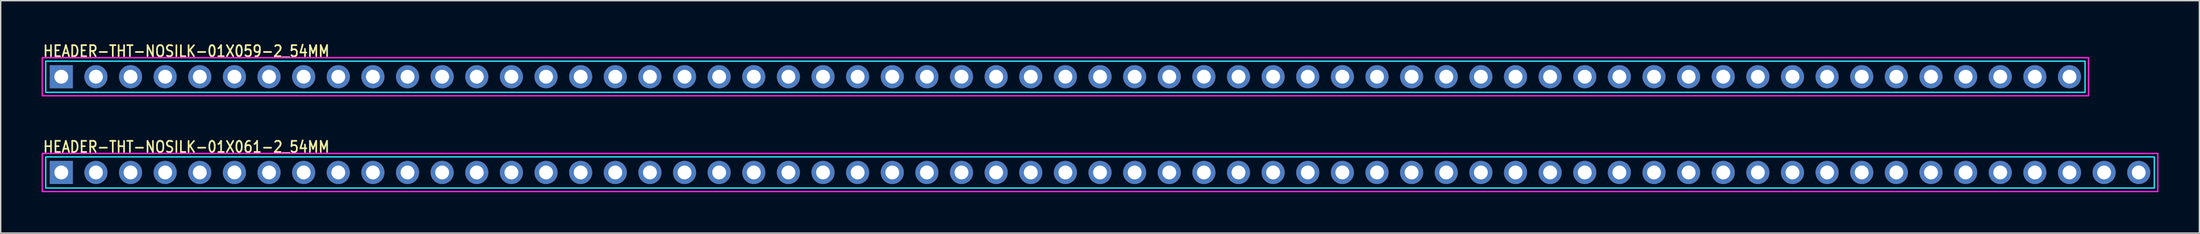
<source format=kicad_pcb>
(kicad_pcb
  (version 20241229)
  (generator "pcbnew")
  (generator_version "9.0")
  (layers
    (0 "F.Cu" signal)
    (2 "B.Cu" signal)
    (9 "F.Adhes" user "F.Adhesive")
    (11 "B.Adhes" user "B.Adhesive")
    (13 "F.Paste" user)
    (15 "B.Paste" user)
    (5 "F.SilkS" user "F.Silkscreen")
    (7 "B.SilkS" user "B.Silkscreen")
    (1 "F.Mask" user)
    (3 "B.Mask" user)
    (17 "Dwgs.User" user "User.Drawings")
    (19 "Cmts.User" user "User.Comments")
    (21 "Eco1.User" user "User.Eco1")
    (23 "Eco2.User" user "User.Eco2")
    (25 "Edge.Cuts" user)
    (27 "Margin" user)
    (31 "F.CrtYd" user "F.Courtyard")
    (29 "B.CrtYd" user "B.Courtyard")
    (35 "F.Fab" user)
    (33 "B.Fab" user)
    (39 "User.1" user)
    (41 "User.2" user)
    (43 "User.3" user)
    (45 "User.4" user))
  (footprint "HEADER-THT-NOSILK-01X059-2_54MM"
    (layer "F.Cu")
    (at 1.447 2.579)
    (property "Reference" "HEADER-THT-NOSILK-01X059-2_54MM" (at -1.4 -1.4 0) (unlocked yes) (layer "F.SilkS") (effects (font (size 0.813 0.695) (thickness 0.122)) (justify left bottom)))
    (fp_poly (pts (xy -1.143 -1.143) (xy 148.463 -1.143) (xy 148.463 1.143) (xy -1.143 1.143)) (stroke (width 0.1) (type solid)) (fill no) (layer "B.CrtYd"))
    (fp_poly (pts (xy -1.397 -1.397) (xy 148.717 -1.397) (xy 148.717 1.397) (xy -1.397 1.397)) (stroke (width 0.1) (type solid)) (fill no) (layer "F.CrtYd"))
    (pad "1" thru_hole rect (at 0 0) (size 1.693 1.693) (drill 1.016) (layers "*.Cu" "*.Mask"))
    (pad "2" thru_hole oval (at 2.54 0) (size 1.693 1.693) (drill 1.016) (layers "*.Cu" "*.Mask"))
    (pad "3" thru_hole oval (at 5.08 0) (size 1.693 1.693) (drill 1.016) (layers "*.Cu" "*.Mask"))
    (pad "4" thru_hole oval (at 7.62 0) (size 1.693 1.693) (drill 1.016) (layers "*.Cu" "*.Mask"))
    (pad "5" thru_hole oval (at 10.16 0) (size 1.693 1.693) (drill 1.016) (layers "*.Cu" "*.Mask"))
    (pad "6" thru_hole oval (at 12.7 0) (size 1.693 1.693) (drill 1.016) (layers "*.Cu" "*.Mask"))
    (pad "7" thru_hole oval (at 15.24 0) (size 1.693 1.693) (drill 1.016) (layers "*.Cu" "*.Mask"))
    (pad "8" thru_hole oval (at 17.78 0) (size 1.693 1.693) (drill 1.016) (layers "*.Cu" "*.Mask"))
    (pad "9" thru_hole oval (at 20.32 0) (size 1.693 1.693) (drill 1.016) (layers "*.Cu" "*.Mask"))
    (pad "10" thru_hole oval (at 22.86 0) (size 1.693 1.693) (drill 1.016) (layers "*.Cu" "*.Mask"))
    (pad "11" thru_hole oval (at 25.4 0) (size 1.693 1.693) (drill 1.016) (layers "*.Cu" "*.Mask"))
    (pad "12" thru_hole oval (at 27.94 0) (size 1.693 1.693) (drill 1.016) (layers "*.Cu" "*.Mask"))
    (pad "13" thru_hole oval (at 30.48 0) (size 1.693 1.693) (drill 1.016) (layers "*.Cu" "*.Mask"))
    (pad "14" thru_hole oval (at 33.02 0) (size 1.693 1.693) (drill 1.016) (layers "*.Cu" "*.Mask"))
    (pad "15" thru_hole oval (at 35.56 0) (size 1.693 1.693) (drill 1.016) (layers "*.Cu" "*.Mask"))
    (pad "16" thru_hole oval (at 38.1 0) (size 1.693 1.693) (drill 1.016) (layers "*.Cu" "*.Mask"))
    (pad "17" thru_hole oval (at 40.64 0) (size 1.693 1.693) (drill 1.016) (layers "*.Cu" "*.Mask"))
    (pad "18" thru_hole oval (at 43.18 0) (size 1.693 1.693) (drill 1.016) (layers "*.Cu" "*.Mask"))
    (pad "19" thru_hole oval (at 45.72 0) (size 1.693 1.693) (drill 1.016) (layers "*.Cu" "*.Mask"))
    (pad "20" thru_hole oval (at 48.26 0) (size 1.693 1.693) (drill 1.016) (layers "*.Cu" "*.Mask"))
    (pad "21" thru_hole oval (at 50.8 0) (size 1.693 1.693) (drill 1.016) (layers "*.Cu" "*.Mask"))
    (pad "22" thru_hole oval (at 53.34 0) (size 1.693 1.693) (drill 1.016) (layers "*.Cu" "*.Mask"))
    (pad "23" thru_hole oval (at 55.88 0) (size 1.693 1.693) (drill 1.016) (layers "*.Cu" "*.Mask"))
    (pad "24" thru_hole oval (at 58.42 0) (size 1.693 1.693) (drill 1.016) (layers "*.Cu" "*.Mask"))
    (pad "25" thru_hole oval (at 60.96 0) (size 1.693 1.693) (drill 1.016) (layers "*.Cu" "*.Mask"))
    (pad "26" thru_hole oval (at 63.5 0) (size 1.693 1.693) (drill 1.016) (layers "*.Cu" "*.Mask"))
    (pad "27" thru_hole oval (at 66.04 0) (size 1.693 1.693) (drill 1.016) (layers "*.Cu" "*.Mask"))
    (pad "28" thru_hole oval (at 68.58 0) (size 1.693 1.693) (drill 1.016) (layers "*.Cu" "*.Mask"))
    (pad "29" thru_hole oval (at 71.12 0) (size 1.693 1.693) (drill 1.016) (layers "*.Cu" "*.Mask"))
    (pad "30" thru_hole oval (at 73.66 0) (size 1.693 1.693) (drill 1.016) (layers "*.Cu" "*.Mask"))
    (pad "31" thru_hole oval (at 76.2 0) (size 1.693 1.693) (drill 1.016) (layers "*.Cu" "*.Mask"))
    (pad "32" thru_hole oval (at 78.74 0) (size 1.693 1.693) (drill 1.016) (layers "*.Cu" "*.Mask"))
    (pad "33" thru_hole oval (at 81.28 0) (size 1.693 1.693) (drill 1.016) (layers "*.Cu" "*.Mask"))
    (pad "34" thru_hole oval (at 83.82 0) (size 1.693 1.693) (drill 1.016) (layers "*.Cu" "*.Mask"))
    (pad "35" thru_hole oval (at 86.36 0) (size 1.693 1.693) (drill 1.016) (layers "*.Cu" "*.Mask"))
    (pad "36" thru_hole oval (at 88.9 0) (size 1.693 1.693) (drill 1.016) (layers "*.Cu" "*.Mask"))
    (pad "37" thru_hole oval (at 91.44 0) (size 1.693 1.693) (drill 1.016) (layers "*.Cu" "*.Mask"))
    (pad "38" thru_hole oval (at 93.98 0) (size 1.693 1.693) (drill 1.016) (layers "*.Cu" "*.Mask"))
    (pad "39" thru_hole oval (at 96.52 0) (size 1.693 1.693) (drill 1.016) (layers "*.Cu" "*.Mask"))
    (pad "40" thru_hole oval (at 99.06 0) (size 1.693 1.693) (drill 1.016) (layers "*.Cu" "*.Mask"))
    (pad "41" thru_hole oval (at 101.6 0) (size 1.693 1.693) (drill 1.016) (layers "*.Cu" "*.Mask"))
    (pad "42" thru_hole oval (at 104.14 0) (size 1.693 1.693) (drill 1.016) (layers "*.Cu" "*.Mask"))
    (pad "43" thru_hole oval (at 106.68 0) (size 1.693 1.693) (drill 1.016) (layers "*.Cu" "*.Mask"))
    (pad "44" thru_hole oval (at 109.22 0) (size 1.693 1.693) (drill 1.016) (layers "*.Cu" "*.Mask"))
    (pad "45" thru_hole oval (at 111.76 0) (size 1.693 1.693) (drill 1.016) (layers "*.Cu" "*.Mask"))
    (pad "46" thru_hole oval (at 114.3 0) (size 1.693 1.693) (drill 1.016) (layers "*.Cu" "*.Mask"))
    (pad "47" thru_hole oval (at 116.84 0) (size 1.693 1.693) (drill 1.016) (layers "*.Cu" "*.Mask"))
    (pad "48" thru_hole oval (at 119.38 0) (size 1.693 1.693) (drill 1.016) (layers "*.Cu" "*.Mask"))
    (pad "49" thru_hole oval (at 121.92 0) (size 1.693 1.693) (drill 1.016) (layers "*.Cu" "*.Mask"))
    (pad "50" thru_hole oval (at 124.46 0) (size 1.693 1.693) (drill 1.016) (layers "*.Cu" "*.Mask"))
    (pad "51" thru_hole oval (at 127 0) (size 1.693 1.693) (drill 1.016) (layers "*.Cu" "*.Mask"))
    (pad "52" thru_hole oval (at 129.54 0) (size 1.693 1.693) (drill 1.016) (layers "*.Cu" "*.Mask"))
    (pad "53" thru_hole oval (at 132.08 0) (size 1.693 1.693) (drill 1.016) (layers "*.Cu" "*.Mask"))
    (pad "54" thru_hole oval (at 134.62 0) (size 1.693 1.693) (drill 1.016) (layers "*.Cu" "*.Mask"))
    (pad "55" thru_hole oval (at 137.16 0) (size 1.693 1.693) (drill 1.016) (layers "*.Cu" "*.Mask"))
    (pad "56" thru_hole oval (at 139.7 0) (size 1.693 1.693) (drill 1.016) (layers "*.Cu" "*.Mask"))
    (pad "57" thru_hole oval (at 142.24 0) (size 1.693 1.693) (drill 1.016) (layers "*.Cu" "*.Mask"))
    (pad "58" thru_hole oval (at 144.78 0) (size 1.693 1.693) (drill 1.016) (layers "*.Cu" "*.Mask"))
    (pad "59" thru_hole oval (at 147.32 0) (size 1.693 1.693) (drill 1.016) (layers "*.Cu" "*.Mask")))
  (footprint "HEADER-THT-NOSILK-01X061-2_54MM"
    (layer "F.Cu")
    (at 1.447 9.604)
    (property "Reference" "HEADER-THT-NOSILK-01X061-2_54MM" (at -1.4 -1.4 0) (unlocked yes) (layer "F.SilkS") (effects (font (size 0.813 0.695) (thickness 0.122)) (justify left bottom)))
    (fp_poly (pts (xy -1.143 -1.143) (xy 153.543 -1.143) (xy 153.543 1.143) (xy -1.143 1.143)) (stroke (width 0.1) (type solid)) (fill no) (layer "B.CrtYd"))
    (fp_poly (pts (xy -1.397 -1.397) (xy 153.797 -1.397) (xy 153.797 1.397) (xy -1.397 1.397)) (stroke (width 0.1) (type solid)) (fill no) (layer "F.CrtYd"))
    (pad "P$1" thru_hole rect (at 0 0) (size 1.693 1.693) (drill 1.016) (layers "*.Cu" "*.Mask"))
    (pad "P$2" thru_hole oval (at 2.54 0) (size 1.693 1.693) (drill 1.016) (layers "*.Cu" "*.Mask"))
    (pad "P$3" thru_hole oval (at 5.08 0) (size 1.693 1.693) (drill 1.016) (layers "*.Cu" "*.Mask"))
    (pad "P$4" thru_hole oval (at 7.62 0) (size 1.693 1.693) (drill 1.016) (layers "*.Cu" "*.Mask"))
    (pad "P$5" thru_hole oval (at 10.16 0) (size 1.693 1.693) (drill 1.016) (layers "*.Cu" "*.Mask"))
    (pad "P$6" thru_hole oval (at 12.7 0) (size 1.693 1.693) (drill 1.016) (layers "*.Cu" "*.Mask"))
    (pad "P$7" thru_hole oval (at 15.24 0) (size 1.693 1.693) (drill 1.016) (layers "*.Cu" "*.Mask"))
    (pad "P$8" thru_hole oval (at 17.78 0) (size 1.693 1.693) (drill 1.016) (layers "*.Cu" "*.Mask"))
    (pad "P$9" thru_hole oval (at 20.32 0) (size 1.693 1.693) (drill 1.016) (layers "*.Cu" "*.Mask"))
    (pad "P$10" thru_hole oval (at 22.86 0) (size 1.693 1.693) (drill 1.016) (layers "*.Cu" "*.Mask"))
    (pad "P$11" thru_hole oval (at 25.4 0) (size 1.693 1.693) (drill 1.016) (layers "*.Cu" "*.Mask"))
    (pad "P$12" thru_hole oval (at 27.94 0) (size 1.693 1.693) (drill 1.016) (layers "*.Cu" "*.Mask"))
    (pad "P$13" thru_hole oval (at 30.48 0) (size 1.693 1.693) (drill 1.016) (layers "*.Cu" "*.Mask"))
    (pad "P$14" thru_hole oval (at 33.02 0) (size 1.693 1.693) (drill 1.016) (layers "*.Cu" "*.Mask"))
    (pad "P$15" thru_hole oval (at 35.56 0) (size 1.693 1.693) (drill 1.016) (layers "*.Cu" "*.Mask"))
    (pad "P$16" thru_hole oval (at 38.1 0) (size 1.693 1.693) (drill 1.016) (layers "*.Cu" "*.Mask"))
    (pad "P$17" thru_hole oval (at 40.64 0) (size 1.693 1.693) (drill 1.016) (layers "*.Cu" "*.Mask"))
    (pad "P$18" thru_hole oval (at 43.18 0) (size 1.693 1.693) (drill 1.016) (layers "*.Cu" "*.Mask"))
    (pad "P$19" thru_hole oval (at 45.72 0) (size 1.693 1.693) (drill 1.016) (layers "*.Cu" "*.Mask"))
    (pad "P$20" thru_hole oval (at 48.26 0) (size 1.693 1.693) (drill 1.016) (layers "*.Cu" "*.Mask"))
    (pad "P$21" thru_hole oval (at 50.8 0) (size 1.693 1.693) (drill 1.016) (layers "*.Cu" "*.Mask"))
    (pad "P$22" thru_hole oval (at 53.34 0) (size 1.693 1.693) (drill 1.016) (layers "*.Cu" "*.Mask"))
    (pad "P$23" thru_hole oval (at 55.88 0) (size 1.693 1.693) (drill 1.016) (layers "*.Cu" "*.Mask"))
    (pad "P$24" thru_hole oval (at 58.42 0) (size 1.693 1.693) (drill 1.016) (layers "*.Cu" "*.Mask"))
    (pad "P$25" thru_hole oval (at 60.96 0) (size 1.693 1.693) (drill 1.016) (layers "*.Cu" "*.Mask"))
    (pad "P$26" thru_hole oval (at 63.5 0) (size 1.693 1.693) (drill 1.016) (layers "*.Cu" "*.Mask"))
    (pad "P$27" thru_hole oval (at 66.04 0) (size 1.693 1.693) (drill 1.016) (layers "*.Cu" "*.Mask"))
    (pad "P$28" thru_hole oval (at 68.58 0) (size 1.693 1.693) (drill 1.016) (layers "*.Cu" "*.Mask"))
    (pad "P$29" thru_hole oval (at 71.12 0) (size 1.693 1.693) (drill 1.016) (layers "*.Cu" "*.Mask"))
    (pad "P$30" thru_hole oval (at 73.66 0) (size 1.693 1.693) (drill 1.016) (layers "*.Cu" "*.Mask"))
    (pad "P$31" thru_hole oval (at 76.2 0) (size 1.693 1.693) (drill 1.016) (layers "*.Cu" "*.Mask"))
    (pad "P$32" thru_hole oval (at 78.74 0) (size 1.693 1.693) (drill 1.016) (layers "*.Cu" "*.Mask"))
    (pad "P$33" thru_hole oval (at 81.28 0) (size 1.693 1.693) (drill 1.016) (layers "*.Cu" "*.Mask"))
    (pad "P$34" thru_hole oval (at 83.82 0) (size 1.693 1.693) (drill 1.016) (layers "*.Cu" "*.Mask"))
    (pad "P$35" thru_hole oval (at 86.36 0) (size 1.693 1.693) (drill 1.016) (layers "*.Cu" "*.Mask"))
    (pad "P$36" thru_hole oval (at 88.9 0) (size 1.693 1.693) (drill 1.016) (layers "*.Cu" "*.Mask"))
    (pad "P$37" thru_hole oval (at 91.44 0) (size 1.693 1.693) (drill 1.016) (layers "*.Cu" "*.Mask"))
    (pad "P$38" thru_hole oval (at 93.98 0) (size 1.693 1.693) (drill 1.016) (layers "*.Cu" "*.Mask"))
    (pad "P$39" thru_hole oval (at 96.52 0) (size 1.693 1.693) (drill 1.016) (layers "*.Cu" "*.Mask"))
    (pad "P$40" thru_hole oval (at 99.06 0) (size 1.693 1.693) (drill 1.016) (layers "*.Cu" "*.Mask"))
    (pad "P$41" thru_hole oval (at 101.6 0) (size 1.693 1.693) (drill 1.016) (layers "*.Cu" "*.Mask"))
    (pad "P$42" thru_hole oval (at 104.14 0) (size 1.693 1.693) (drill 1.016) (layers "*.Cu" "*.Mask"))
    (pad "P$43" thru_hole oval (at 106.68 0) (size 1.693 1.693) (drill 1.016) (layers "*.Cu" "*.Mask"))
    (pad "P$44" thru_hole oval (at 109.22 0) (size 1.693 1.693) (drill 1.016) (layers "*.Cu" "*.Mask"))
    (pad "P$45" thru_hole oval (at 111.76 0) (size 1.693 1.693) (drill 1.016) (layers "*.Cu" "*.Mask"))
    (pad "P$46" thru_hole oval (at 114.3 0) (size 1.693 1.693) (drill 1.016) (layers "*.Cu" "*.Mask"))
    (pad "P$47" thru_hole oval (at 116.84 0) (size 1.693 1.693) (drill 1.016) (layers "*.Cu" "*.Mask"))
    (pad "P$48" thru_hole oval (at 119.38 0) (size 1.693 1.693) (drill 1.016) (layers "*.Cu" "*.Mask"))
    (pad "P$49" thru_hole oval (at 121.92 0) (size 1.693 1.693) (drill 1.016) (layers "*.Cu" "*.Mask"))
    (pad "P$50" thru_hole oval (at 124.46 0) (size 1.693 1.693) (drill 1.016) (layers "*.Cu" "*.Mask"))
    (pad "P$51" thru_hole oval (at 127 0) (size 1.693 1.693) (drill 1.016) (layers "*.Cu" "*.Mask"))
    (pad "P$52" thru_hole oval (at 129.54 0) (size 1.693 1.693) (drill 1.016) (layers "*.Cu" "*.Mask"))
    (pad "P$53" thru_hole oval (at 132.08 0) (size 1.693 1.693) (drill 1.016) (layers "*.Cu" "*.Mask"))
    (pad "P$54" thru_hole oval (at 134.62 0) (size 1.693 1.693) (drill 1.016) (layers "*.Cu" "*.Mask"))
    (pad "P$55" thru_hole oval (at 137.16 0) (size 1.693 1.693) (drill 1.016) (layers "*.Cu" "*.Mask"))
    (pad "P$56" thru_hole oval (at 139.7 0) (size 1.693 1.693) (drill 1.016) (layers "*.Cu" "*.Mask"))
    (pad "P$57" thru_hole oval (at 142.24 0) (size 1.693 1.693) (drill 1.016) (layers "*.Cu" "*.Mask"))
    (pad "P$58" thru_hole oval (at 144.78 0) (size 1.693 1.693) (drill 1.016) (layers "*.Cu" "*.Mask"))
    (pad "P$59" thru_hole oval (at 147.32 0) (size 1.693 1.693) (drill 1.016) (layers "*.Cu" "*.Mask"))
    (pad "P$60" thru_hole oval (at 149.86 0) (size 1.693 1.693) (drill 1.016) (layers "*.Cu" "*.Mask"))
    (pad "P$61" thru_hole oval (at 152.4 0) (size 1.693 1.693) (drill 1.016) (layers "*.Cu" "*.Mask")))
  (gr_rect
    (start -3 -3)
    (end 158.294 14.051)
    (stroke (width 0.1) (type default))
    (fill no)
    (layer "Edge.Cuts")))
</source>
